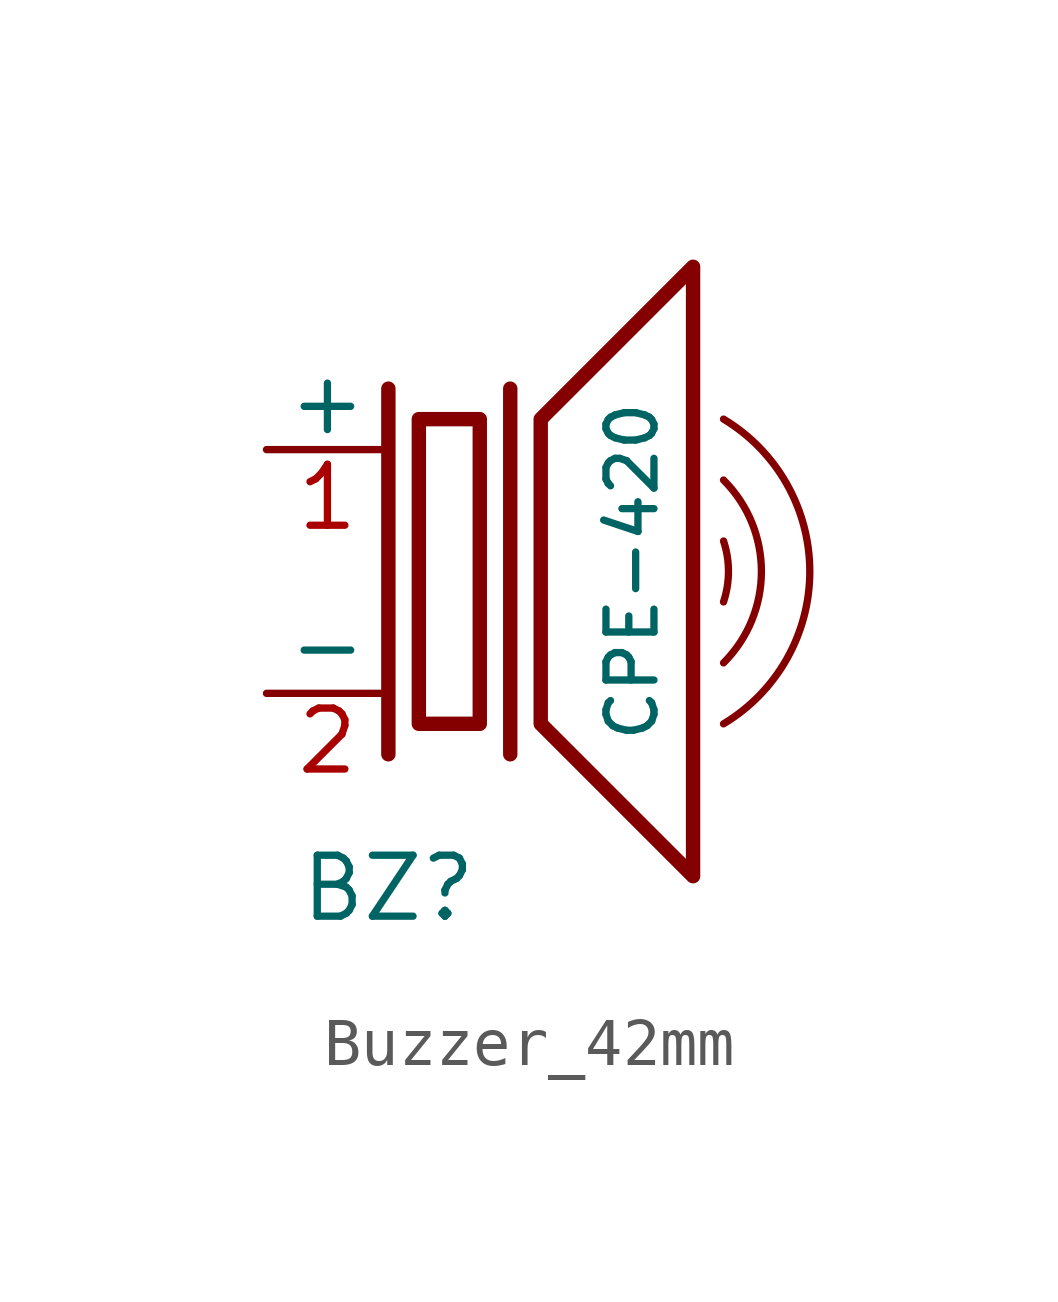
<source format=kicad_sym>
(kicad_symbol_lib
  (version 20231120)
  (generator "kicad_symbol_editor")
  (generator_version "8.0")
  (symbol "Buzzer_42mm"
    (pin_names
      (offset 0))
    (property "Reference" "BZ"
      (at 0 -6.604 0)
      (effects (font (size 1.27 1.27))))
    (property "Value" "CPE-420"
      (at 5.08 0 90)
      (effects (font (size 1 1))))
    (symbol "Buzzer_42mm_1_1"
      (polyline (pts (xy 0 3.81) (xy 0 -3.81)) (stroke (width 0.3) (type default)) (fill (type none)))
      (polyline (pts (xy 2.54 3.81) (xy 2.54 -3.81)) (stroke (width 0.3) (type default)) (fill (type none)))
      (polyline (pts (xy 3.175 3.175) (xy 6.35 6.35) (xy 6.35 -5.715) (xy 6.35 -6.35) (xy 3.175 -3.175) (xy 3.175 3.175)) (stroke (width 0.3) (type default)) (fill (type none)))
      (rectangle (start 0.635 3.175) (end 1.905 -3.175) (stroke (width 0.3) (type default)) (fill (type none)))
      (arc (start 6.985 -3.175) (mid 8.7827 0) (end 6.985 3.175) (stroke (width 0) (type default)) (fill (type none)))
      (arc (start 6.985 -1.905) (mid 7.7741 0) (end 6.985 1.905) (stroke (width 0) (type default)) (fill (type none)))
      (arc (start 6.985 -0.635) (mid 7.088 0) (end 6.985 0.635) (stroke (width 0) (type default)) (fill (type none)))
      (pin passive line (at -2.54 2.54 0) (length 2.54) (name "+" (effects (font (size 1.27 1.27)))) (number "1" (effects (font (size 1.27 1.27)))))
      (pin passive line (at -2.54 -2.54 0) (length 2.54) (name "-" (effects (font (size 1.27 1.27)))) (number "2" (effects (font (size 1.27 1.27))))))))
</source>
